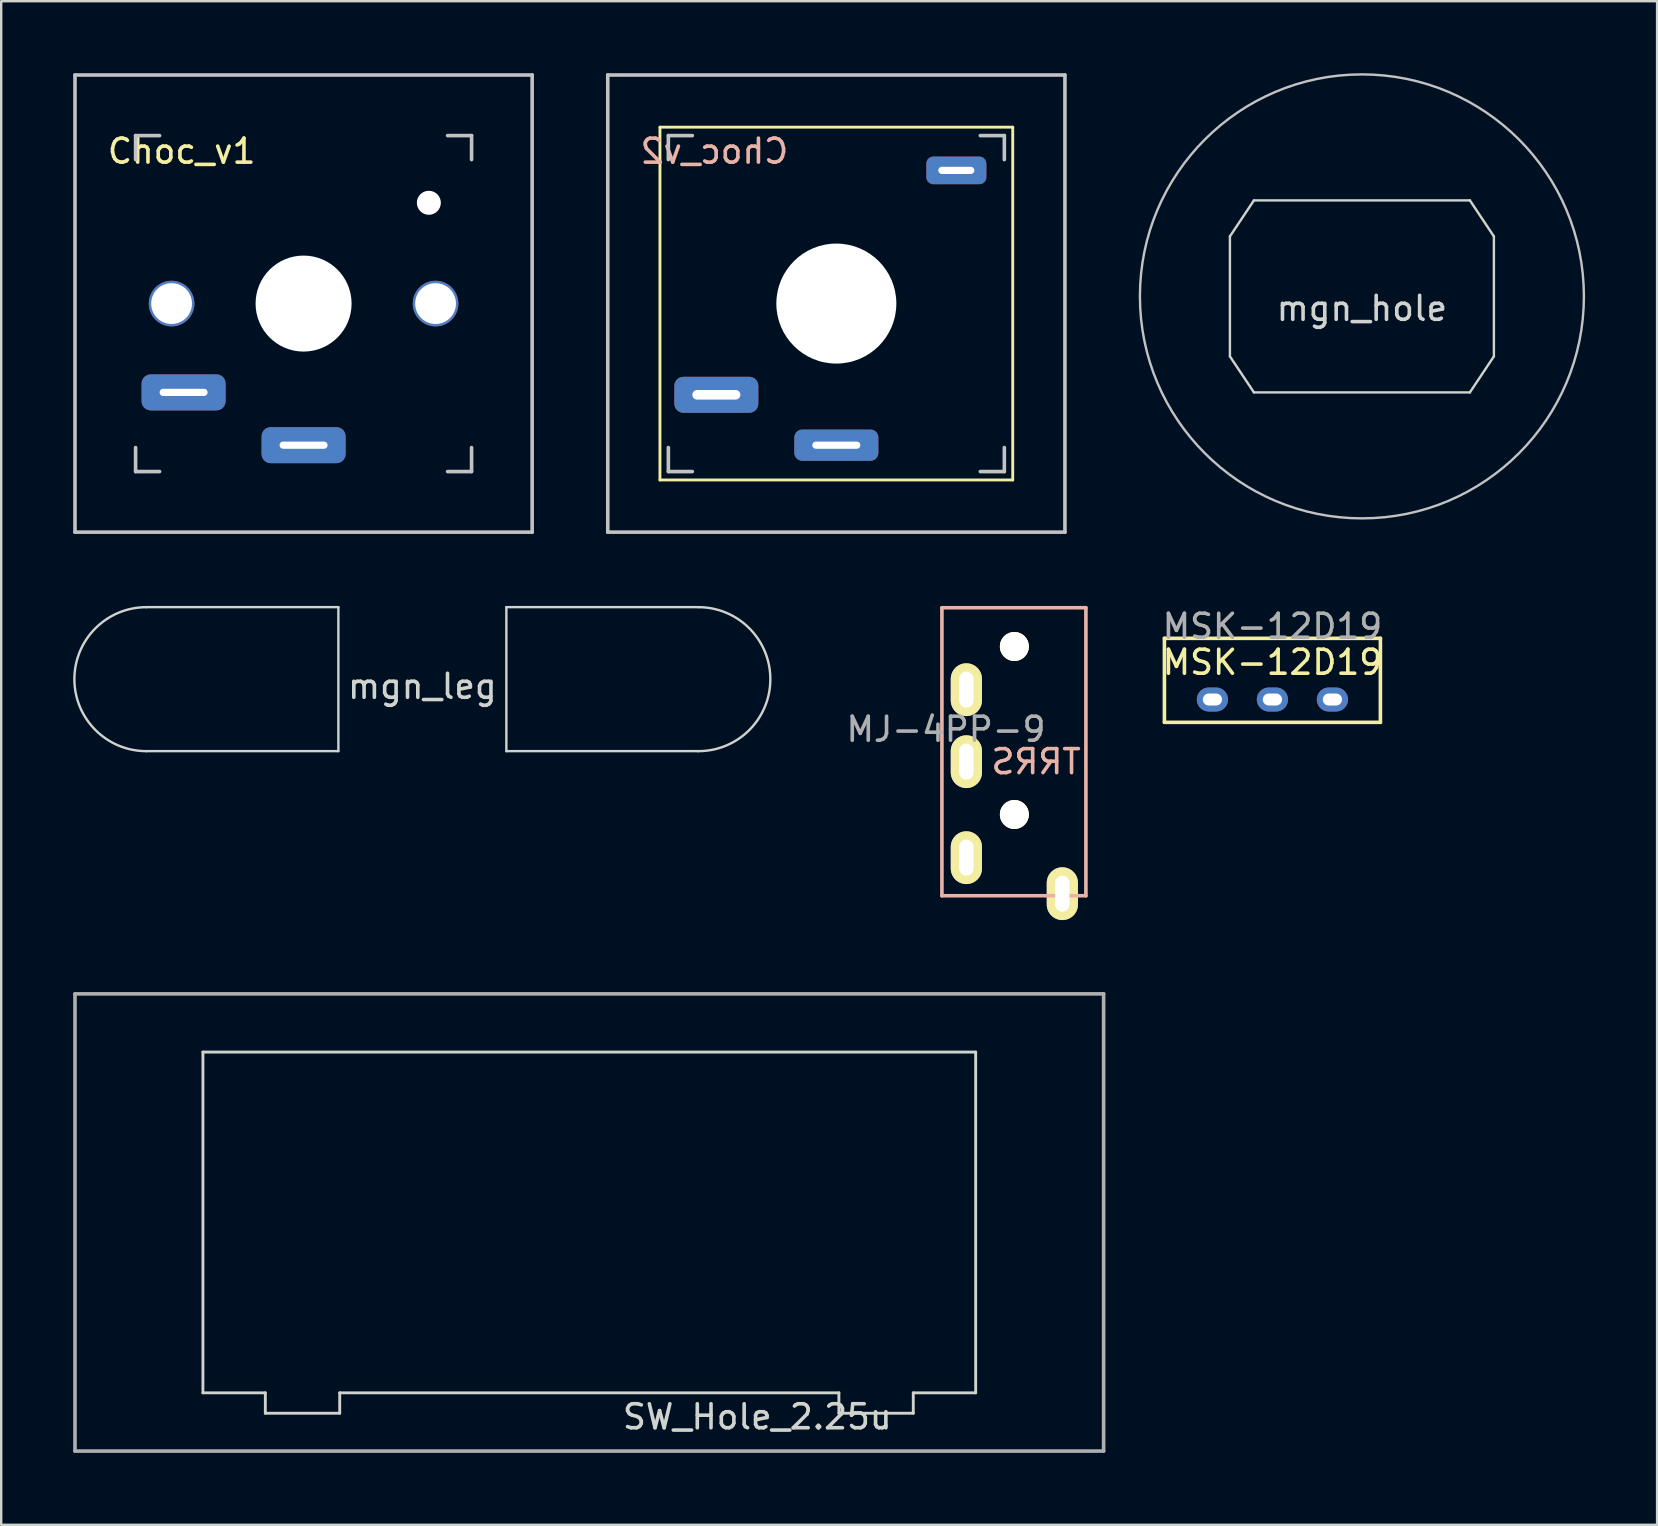
<source format=kicad_pcb>
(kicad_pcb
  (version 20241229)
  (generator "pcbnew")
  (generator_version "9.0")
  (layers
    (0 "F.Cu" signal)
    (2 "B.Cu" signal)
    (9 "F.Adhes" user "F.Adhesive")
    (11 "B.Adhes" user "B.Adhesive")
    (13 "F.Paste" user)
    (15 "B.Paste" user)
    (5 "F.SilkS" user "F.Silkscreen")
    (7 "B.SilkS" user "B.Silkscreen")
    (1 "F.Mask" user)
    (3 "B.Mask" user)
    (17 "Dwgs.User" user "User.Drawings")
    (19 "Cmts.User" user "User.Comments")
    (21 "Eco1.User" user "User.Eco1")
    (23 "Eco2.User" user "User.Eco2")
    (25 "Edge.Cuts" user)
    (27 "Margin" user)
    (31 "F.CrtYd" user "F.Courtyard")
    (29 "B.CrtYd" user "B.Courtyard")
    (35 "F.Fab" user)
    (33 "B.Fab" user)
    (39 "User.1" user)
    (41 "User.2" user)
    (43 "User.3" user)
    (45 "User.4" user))
  (footprint "MJ-4PP-9"
    (layer "F.Cu")
    (at 39.218 28.389)
    (property "Reference" "MJ-4PP-9" (at -2.85 -1.05 0) (layer "F.Fab") (effects (font (size 1 1) (thickness 0.15))))
    (attr through_hole)
    (fp_line (start -3.019 -6.114) (end 2.981 -6.114) (stroke (width 0.15) (type solid)) (layer "B.SilkS"))
    (fp_line (start -3.019 5.886) (end -3.019 -6.114) (stroke (width 0.15) (type solid)) (layer "B.SilkS"))
    (fp_line (start 2.981 -6.114) (end 2.981 5.886) (stroke (width 0.15) (type solid)) (layer "B.SilkS"))
    (fp_line (start 2.981 5.886) (end -3.019 5.886) (stroke (width 0.15) (type solid)) (layer "B.SilkS"))
    (fp_text user "TRRS" (at 0.906 0.3 0) (layer "B.SilkS") (effects (font (size 1 1) (thickness 0.15)) (justify mirror)))
    (pad "" np_thru_hole circle (at 0 -4.5) (size 1.21 1.21) (drill 1.2) (layers "*.Cu" "*.Mask" "F.SilkS"))
    (pad "" np_thru_hole circle (at 0 2.5) (size 1.21 1.21) (drill 1.2) (layers "*.Cu" "*.Mask" "F.SilkS"))
    (pad "A" thru_hole oval (at 2 5.8) (size 1.3 2.2) (drill oval 0.6 1.5) (layers "*.Cu" "*.Mask" "F.SilkS"))
    (pad "B" thru_hole oval (at -2 -2.7) (size 1.3 2.2) (drill oval 0.6 1.5) (layers "*.Cu" "*.Mask" "F.SilkS"))
    (pad "C" thru_hole oval (at -2 0.3) (size 1.3 2.2) (drill oval 0.6 1.5) (layers "*.Cu" "*.Mask" "F.SilkS"))
    (pad "D" thru_hole oval (at -2 4.3) (size 1.3 2.2) (drill oval 0.6 1.5) (layers "*.Cu" "*.Mask" "F.SilkS")))
  (footprint "mgn_hole"
    (layer "F.Cu")
    (at 53.7 9.3)
    (property "Reference" "mgn_hole" (at 0 0.5 0) (layer "Edge.Cuts") (effects (font (size 1 1) (thickness 0.15))))
    (attr through_hole)
    (fp_circle (center 0 0) (end 9.25 0) (stroke (width 0.1) (type solid)) (fill no) (layer "Dwgs.User"))
    (fp_line (start -5.5 -2.5) (end -4.5 -4) (stroke (width 0.1) (type solid)) (layer "Edge.Cuts"))
    (fp_line (start -5.5 2.5) (end -5.5 -2.5) (stroke (width 0.1) (type solid)) (layer "Edge.Cuts"))
    (fp_line (start -5.5 2.5) (end -4.5 4) (stroke (width 0.1) (type solid)) (layer "Edge.Cuts"))
    (fp_line (start -4.5 -4) (end 4.5 -4) (stroke (width 0.1) (type solid)) (layer "Edge.Cuts"))
    (fp_line (start 4.5 -4) (end 5.5 -2.5) (stroke (width 0.1) (type solid)) (layer "Edge.Cuts"))
    (fp_line (start 4.5 4) (end -4.5 4) (stroke (width 0.1) (type solid)) (layer "Edge.Cuts"))
    (fp_line (start 4.5 4) (end 5.5 2.5) (stroke (width 0.1) (type solid)) (layer "Edge.Cuts"))
    (fp_line (start 5.5 -2.5) (end 5.5 2.5) (stroke (width 0.1) (type solid)) (layer "Edge.Cuts")))
  (footprint "Choc_v1"
    (layer "F.Cu")
    (at 9.6 9.6)
    (property "Reference" "Choc_v1" (at -5.08 -6.35 180) (layer "F.SilkS") (effects (font (size 1 1) (thickness 0.15))))
    (attr through_hole)
    (fp_line (start -9.525 -9.525) (end 9.525 -9.525) (stroke (width 0.15) (type solid)) (layer "Dwgs.User"))
    (fp_line (start -9.525 9.525) (end -9.525 -9.525) (stroke (width 0.15) (type solid)) (layer "Dwgs.User"))
    (fp_line (start -7 -7) (end -6 -7) (stroke (width 0.15) (type solid)) (layer "Dwgs.User"))
    (fp_line (start -7 -6) (end -7 -7) (stroke (width 0.15) (type solid)) (layer "Dwgs.User"))
    (fp_line (start -7 7) (end -7 6) (stroke (width 0.15) (type solid)) (layer "Dwgs.User"))
    (fp_line (start -6 7) (end -7 7) (stroke (width 0.15) (type solid)) (layer "Dwgs.User"))
    (fp_line (start 6 7) (end 7 7) (stroke (width 0.15) (type solid)) (layer "Dwgs.User"))
    (fp_line (start 7 -7) (end 6 -7) (stroke (width 0.15) (type solid)) (layer "Dwgs.User"))
    (fp_line (start 7 -6) (end 7 -7) (stroke (width 0.15) (type solid)) (layer "Dwgs.User"))
    (fp_line (start 7 7) (end 7 6) (stroke (width 0.15) (type solid)) (layer "Dwgs.User"))
    (fp_line (start 9.525 -9.525) (end 9.525 9.525) (stroke (width 0.15) (type solid)) (layer "Dwgs.User"))
    (fp_line (start 9.525 9.525) (end -9.525 9.525) (stroke (width 0.15) (type solid)) (layer "Dwgs.User"))
    (pad "" np_thru_hole circle (at -5.5 0 90) (size 1.9 1.9) (drill 1.7) (layers "*.Cu" "*.Mask"))
    (pad "" np_thru_hole circle (at 0 0 90) (size 4 4) (drill 4) (layers "*.Cu" "*.Mask"))
    (pad "" np_thru_hole circle (at 5.22 -4.2) (size 1 1) (drill 1) (layers "*.Cu" "*.Mask"))
    (pad "" np_thru_hole circle (at 5.5 0 90) (size 1.9 1.9) (drill 1.7) (layers "*.Cu" "*.Mask"))
    (pad "1" thru_hole roundrect (at -5 3.7) (size 3.5 1.5) (drill oval 2 0.3) (layers "*.Cu" "*.Mask") (roundrect_rratio 0.25))
    (pad "2" thru_hole roundrect (at 0 5.9) (size 3.5 1.5) (drill oval 2 0.3) (layers "*.Cu" "*.Mask") (roundrect_rratio 0.25)))
  (footprint "SW_Hole_2.25u"
    (layer "F.Cu")
    (at 21.506 47.889)
    (property "Reference" "SW_Hole_2.25u" (at 7 8.1 0) (layer "Edge.Cuts") (effects (font (size 1 1) (thickness 0.15))))
    (attr through_hole)
    (fp_line (start -16.1 -7.1) (end 16.1 -7.1) (stroke (width 0.12) (type solid)) (layer "Edge.Cuts"))
    (fp_line (start -16.1 7.1) (end -16.1 -7.1) (stroke (width 0.12) (type solid)) (layer "Edge.Cuts"))
    (fp_line (start -13.5 7.1) (end -16.1 7.1) (stroke (width 0.12) (type solid)) (layer "Edge.Cuts"))
    (fp_line (start -13.5 7.95) (end -13.5 7.1) (stroke (width 0.12) (type solid)) (layer "Edge.Cuts"))
    (fp_line (start -10.4 7.1) (end -10.4 7.95) (stroke (width 0.12) (type solid)) (layer "Edge.Cuts"))
    (fp_line (start -10.4 7.95) (end -13.5 7.95) (stroke (width 0.12) (type solid)) (layer "Edge.Cuts"))
    (fp_line (start 10.4 7.1) (end -10.4 7.1) (stroke (width 0.12) (type solid)) (layer "Edge.Cuts"))
    (fp_line (start 10.4 7.95) (end 10.4 7.1) (stroke (width 0.12) (type solid)) (layer "Edge.Cuts"))
    (fp_line (start 13.5 7.1) (end 13.5 7.95) (stroke (width 0.12) (type solid)) (layer "Edge.Cuts"))
    (fp_line (start 13.5 7.95) (end 10.4 7.95) (stroke (width 0.12) (type solid)) (layer "Edge.Cuts"))
    (fp_line (start 16.1 -7.1) (end 16.1 7.1) (stroke (width 0.12) (type solid)) (layer "Edge.Cuts"))
    (fp_line (start 16.1 7.1) (end 13.5 7.1) (stroke (width 0.12) (type solid)) (layer "Edge.Cuts"))
    (fp_line (start -21.431 -9.525) (end -21.431 9.525) (stroke (width 0.15) (type solid)) (layer "F.Fab"))
    (fp_line (start -21.431 9.525) (end 21.431 9.525) (stroke (width 0.15) (type solid)) (layer "F.Fab"))
    (fp_line (start 21.431 -9.525) (end -21.431 -9.525) (stroke (width 0.15) (type solid)) (layer "F.Fab"))
    (fp_line (start 21.431 9.525) (end 21.431 -9.525) (stroke (width 0.15) (type solid)) (layer "F.Fab")))
  (footprint "mgn_leg"
    (layer "F.Cu")
    (at 14.55 25.25)
    (property "Reference" "mgn_leg" (at 0 0.3 0) (layer "Edge.Cuts") (effects (font (size 1 1) (thickness 0.15))))
    (attr through_hole)
    (fp_line (start -11.5 3) (end -3.5 3) (stroke (width 0.1) (type solid)) (layer "Edge.Cuts"))
    (fp_line (start -3.5 -3) (end -11.5 -3) (stroke (width 0.1) (type solid)) (layer "Edge.Cuts"))
    (fp_line (start -3.5 -3) (end -3.5 3) (stroke (width 0.1) (type solid)) (layer "Edge.Cuts"))
    (fp_line (start 3.5 3) (end 3.5 -3) (stroke (width 0.1) (type solid)) (layer "Edge.Cuts"))
    (fp_line (start 3.5 3) (end 11.5 3) (stroke (width 0.1) (type solid)) (layer "Edge.Cuts"))
    (fp_line (start 11.5 -3) (end 3.5 -3) (stroke (width 0.1) (type solid)) (layer "Edge.Cuts"))
    (fp_arc (start -11.5 3) (mid -14.5 0) (end -11.5 -3) (stroke (width 0.1) (type solid)) (layer "Edge.Cuts"))
    (fp_arc (start 11.5 -3) (mid 14.5 0) (end 11.5 3) (stroke (width 0.1) (type solid)) (layer "Edge.Cuts")))
  (footprint "MSK-12D19"
    (layer "F.Cu")
    (at 49.971 25.048)
    (property "Reference" "MSK-12D19" (at 0 -2 0) (layer "F.Fab") (effects (font (size 1 1) (thickness 0.15))))
    (attr through_hole)
    (fp_line (start -4.5 -1.5) (end 4.5 -1.5) (stroke (width 0.15) (type solid)) (layer "F.SilkS"))
    (fp_line (start -4.5 2) (end -4.5 -1.5) (stroke (width 0.15) (type solid)) (layer "F.SilkS"))
    (fp_line (start 4.5 -1.5) (end 4.5 2) (stroke (width 0.15) (type solid)) (layer "F.SilkS"))
    (fp_line (start 4.5 2) (end -4.5 2) (stroke (width 0.15) (type solid)) (layer "F.SilkS"))
    (fp_text user "MSK-12D19" (at 0 -0.5 0) (layer "F.SilkS") (effects (font (size 1 1) (thickness 0.15))))
    (pad "1" thru_hole oval (at -2.5 1.05) (size 1.3 1) (drill oval 0.8 0.5) (layers "*.Cu" "*.Mask"))
    (pad "2" thru_hole oval (at 0 1.05) (size 1.3 1) (drill oval 0.8 0.5) (layers "*.Cu" "*.Mask"))
    (pad "3" thru_hole oval (at 2.5 1.05) (size 1.3 1) (drill oval 0.8 0.5) (layers "*.Cu" "*.Mask")))
  (footprint "Choc_v2"
    (layer "F.Cu")
    (at 31.8 9.6)
    (property "Reference" "Choc_v2" (at -5.08 -6.35 180) (layer "B.SilkS") (effects (font (size 1 1) (thickness 0.15)) (justify mirror)))
    (attr through_hole)
    (fp_line (start -7.35 -7.35) (end -7.35 7.35) (stroke (width 0.12) (type solid)) (layer "F.SilkS"))
    (fp_line (start -7.35 7.35) (end 7.35 7.35) (stroke (width 0.12) (type solid)) (layer "F.SilkS"))
    (fp_line (start 7.35 -7.35) (end -7.35 -7.35) (stroke (width 0.12) (type solid)) (layer "F.SilkS"))
    (fp_line (start 7.35 7.35) (end 7.35 -7.35) (stroke (width 0.12) (type solid)) (layer "F.SilkS"))
    (fp_line (start -9.525 -9.525) (end 9.525 -9.525) (stroke (width 0.15) (type solid)) (layer "Dwgs.User"))
    (fp_line (start -9.525 9.525) (end -9.525 -9.525) (stroke (width 0.15) (type solid)) (layer "Dwgs.User"))
    (fp_line (start -7 -7) (end -6 -7) (stroke (width 0.15) (type solid)) (layer "Dwgs.User"))
    (fp_line (start -7 -6) (end -7 -7) (stroke (width 0.15) (type solid)) (layer "Dwgs.User"))
    (fp_line (start -7 7) (end -7 6) (stroke (width 0.15) (type solid)) (layer "Dwgs.User"))
    (fp_line (start -6 7) (end -7 7) (stroke (width 0.15) (type solid)) (layer "Dwgs.User"))
    (fp_line (start 6 7) (end 7 7) (stroke (width 0.15) (type solid)) (layer "Dwgs.User"))
    (fp_line (start 7 -7) (end 6 -7) (stroke (width 0.15) (type solid)) (layer "Dwgs.User"))
    (fp_line (start 7 -6) (end 7 -7) (stroke (width 0.15) (type solid)) (layer "Dwgs.User"))
    (fp_line (start 7 7) (end 7 6) (stroke (width 0.15) (type solid)) (layer "Dwgs.User"))
    (fp_line (start 9.525 -9.525) (end 9.525 9.525) (stroke (width 0.15) (type solid)) (layer "Dwgs.User"))
    (fp_line (start 9.525 9.525) (end -9.525 9.525) (stroke (width 0.15) (type solid)) (layer "Dwgs.User"))
    (pad "" np_thru_hole circle (at 0 0 90) (size 5 5) (drill 5) (layers "*.Cu" "*.Mask"))
    (pad "" thru_hole roundrect (at 5 -5.55) (size 2.5 1.15) (drill oval 1.5 0.3) (layers "*.Cu" "*.Mask") (roundrect_rratio 0.25))
    (pad "1" thru_hole roundrect (at -5 3.8) (size 3.5 1.5) (drill oval 2 0.4) (layers "*.Cu" "*.Mask") (roundrect_rratio 0.25))
    (pad "2" thru_hole roundrect (at 0 5.9) (size 3.5 1.3) (drill oval 2 0.3) (layers "*.Cu" "*.Mask") (roundrect_rratio 0.25)))
  (gr_rect
    (start -3 -3)
    (end 66 60.489)
    (stroke (width 0.1) (type default))
    (fill no)
    (layer "Edge.Cuts")))
</source>
